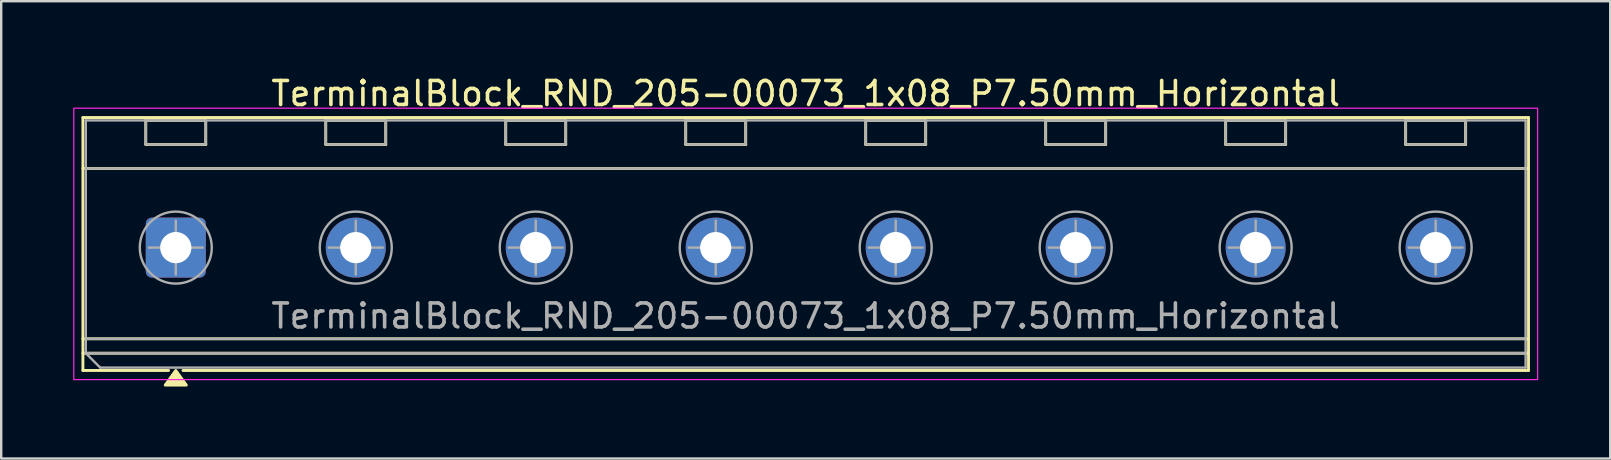
<source format=kicad_pcb>
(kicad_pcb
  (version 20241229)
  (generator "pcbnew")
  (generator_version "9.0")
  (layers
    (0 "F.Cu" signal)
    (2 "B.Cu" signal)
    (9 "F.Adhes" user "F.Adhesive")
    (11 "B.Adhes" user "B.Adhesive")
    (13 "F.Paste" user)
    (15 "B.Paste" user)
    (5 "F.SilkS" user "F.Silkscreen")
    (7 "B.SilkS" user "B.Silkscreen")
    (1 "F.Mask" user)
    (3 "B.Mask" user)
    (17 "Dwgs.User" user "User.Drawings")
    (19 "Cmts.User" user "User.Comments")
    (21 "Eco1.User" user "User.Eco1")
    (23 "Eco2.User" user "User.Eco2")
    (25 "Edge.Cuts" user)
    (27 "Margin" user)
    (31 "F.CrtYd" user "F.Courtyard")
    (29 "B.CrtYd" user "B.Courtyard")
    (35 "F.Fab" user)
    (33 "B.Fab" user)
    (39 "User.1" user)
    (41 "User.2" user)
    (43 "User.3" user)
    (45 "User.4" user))
  (footprint "TerminalBlock_RND_205-00073_1x08_P7.50mm_Horizontal"
    (layer "F.Cu")
    (at 4.275 7.268)
    (property "Reference" "TerminalBlock_RND_205-00073_1x08_P7.50mm_Horizontal" (at 26.25 -6.42 0) (layer "F.SilkS") (effects (font (size 1 1) (thickness 0.15))))
    (attr through_hole)
    (fp_line (start -3.87 -5.42) (end 56.37 -5.42) (stroke (width 0.12) (type solid)) (layer "F.SilkS"))
    (fp_line (start -3.87 -3.3) (end 56.37 -3.3) (stroke (width 0.12) (type solid)) (layer "F.SilkS"))
    (fp_line (start -3.87 3.8) (end 56.37 3.8) (stroke (width 0.12) (type solid)) (layer "F.SilkS"))
    (fp_line (start -3.87 4.4) (end 56.37 4.4) (stroke (width 0.12) (type solid)) (layer "F.SilkS"))
    (fp_line (start -3.87 5.12) (end -3.87 -5.42) (stroke (width 0.12) (type solid)) (layer "F.SilkS"))
    (fp_line (start -1.25 -5.3) (end 1.25 -5.3) (stroke (width 0.12) (type solid)) (layer "F.SilkS"))
    (fp_line (start -1.25 -4.3) (end -1.25 -5.3) (stroke (width 0.12) (type solid)) (layer "F.SilkS"))
    (fp_line (start -0.3 5.12) (end -3.87 5.12) (stroke (width 0.12) (type solid)) (layer "F.SilkS"))
    (fp_line (start 1.25 -5.3) (end 1.25 -4.3) (stroke (width 0.12) (type solid)) (layer "F.SilkS"))
    (fp_line (start 1.25 -4.3) (end -1.25 -4.3) (stroke (width 0.12) (type solid)) (layer "F.SilkS"))
    (fp_line (start 6.25 -5.3) (end 8.75 -5.3) (stroke (width 0.12) (type solid)) (layer "F.SilkS"))
    (fp_line (start 6.25 -4.3) (end 6.25 -5.3) (stroke (width 0.12) (type solid)) (layer "F.SilkS"))
    (fp_line (start 8.75 -5.3) (end 8.75 -4.3) (stroke (width 0.12) (type solid)) (layer "F.SilkS"))
    (fp_line (start 8.75 -4.3) (end 6.25 -4.3) (stroke (width 0.12) (type solid)) (layer "F.SilkS"))
    (fp_line (start 13.75 -5.3) (end 16.25 -5.3) (stroke (width 0.12) (type solid)) (layer "F.SilkS"))
    (fp_line (start 13.75 -4.3) (end 13.75 -5.3) (stroke (width 0.12) (type solid)) (layer "F.SilkS"))
    (fp_line (start 16.25 -5.3) (end 16.25 -4.3) (stroke (width 0.12) (type solid)) (layer "F.SilkS"))
    (fp_line (start 16.25 -4.3) (end 13.75 -4.3) (stroke (width 0.12) (type solid)) (layer "F.SilkS"))
    (fp_line (start 21.25 -5.3) (end 23.75 -5.3) (stroke (width 0.12) (type solid)) (layer "F.SilkS"))
    (fp_line (start 21.25 -4.3) (end 21.25 -5.3) (stroke (width 0.12) (type solid)) (layer "F.SilkS"))
    (fp_line (start 23.75 -5.3) (end 23.75 -4.3) (stroke (width 0.12) (type solid)) (layer "F.SilkS"))
    (fp_line (start 23.75 -4.3) (end 21.25 -4.3) (stroke (width 0.12) (type solid)) (layer "F.SilkS"))
    (fp_line (start 28.75 -5.3) (end 31.25 -5.3) (stroke (width 0.12) (type solid)) (layer "F.SilkS"))
    (fp_line (start 28.75 -4.3) (end 28.75 -5.3) (stroke (width 0.12) (type solid)) (layer "F.SilkS"))
    (fp_line (start 31.25 -5.3) (end 31.25 -4.3) (stroke (width 0.12) (type solid)) (layer "F.SilkS"))
    (fp_line (start 31.25 -4.3) (end 28.75 -4.3) (stroke (width 0.12) (type solid)) (layer "F.SilkS"))
    (fp_line (start 36.25 -5.3) (end 38.75 -5.3) (stroke (width 0.12) (type solid)) (layer "F.SilkS"))
    (fp_line (start 36.25 -4.3) (end 36.25 -5.3) (stroke (width 0.12) (type solid)) (layer "F.SilkS"))
    (fp_line (start 38.75 -5.3) (end 38.75 -4.3) (stroke (width 0.12) (type solid)) (layer "F.SilkS"))
    (fp_line (start 38.75 -4.3) (end 36.25 -4.3) (stroke (width 0.12) (type solid)) (layer "F.SilkS"))
    (fp_line (start 43.75 -5.3) (end 46.25 -5.3) (stroke (width 0.12) (type solid)) (layer "F.SilkS"))
    (fp_line (start 43.75 -4.3) (end 43.75 -5.3) (stroke (width 0.12) (type solid)) (layer "F.SilkS"))
    (fp_line (start 46.25 -5.3) (end 46.25 -4.3) (stroke (width 0.12) (type solid)) (layer "F.SilkS"))
    (fp_line (start 46.25 -4.3) (end 43.75 -4.3) (stroke (width 0.12) (type solid)) (layer "F.SilkS"))
    (fp_line (start 51.25 -5.3) (end 53.75 -5.3) (stroke (width 0.12) (type solid)) (layer "F.SilkS"))
    (fp_line (start 51.25 -4.3) (end 51.25 -5.3) (stroke (width 0.12) (type solid)) (layer "F.SilkS"))
    (fp_line (start 53.75 -5.3) (end 53.75 -4.3) (stroke (width 0.12) (type solid)) (layer "F.SilkS"))
    (fp_line (start 53.75 -4.3) (end 51.25 -4.3) (stroke (width 0.12) (type solid)) (layer "F.SilkS"))
    (fp_line (start 56.37 -5.42) (end 56.37 5.12) (stroke (width 0.12) (type solid)) (layer "F.SilkS"))
    (fp_line (start 56.37 5.12) (end 0.3 5.12) (stroke (width 0.12) (type solid)) (layer "F.SilkS"))
    (fp_poly (pts (xy 0 5.12) (xy 0.44 5.73) (xy -0.44 5.73)) (stroke (width 0.12) (type solid)) (fill yes) (layer "F.SilkS"))
    (fp_rect (start -4.25 -5.81) (end 56.75 5.5) (stroke (width 0.05) (type solid)) (fill no) (layer "F.CrtYd"))
    (fp_line (start -3.75 -5.3) (end 56.25 -5.3) (stroke (width 0.1) (type solid)) (layer "F.Fab"))
    (fp_line (start -3.75 -3.3) (end 56.25 -3.3) (stroke (width 0.1) (type solid)) (layer "F.Fab"))
    (fp_line (start -3.75 3.8) (end 56.25 3.8) (stroke (width 0.1) (type solid)) (layer "F.Fab"))
    (fp_line (start -3.75 4.4) (end -3.75 -5.3) (stroke (width 0.1) (type solid)) (layer "F.Fab"))
    (fp_line (start -3.75 4.4) (end 56.25 4.4) (stroke (width 0.1) (type solid)) (layer "F.Fab"))
    (fp_line (start -3.15 5) (end -3.75 4.4) (stroke (width 0.1) (type solid)) (layer "F.Fab"))
    (fp_line (start -1.125 0) (end 1.125 0) (stroke (width 0.1) (type solid)) (layer "F.Fab"))
    (fp_line (start 0 -1.125) (end 0 1.125) (stroke (width 0.1) (type solid)) (layer "F.Fab"))
    (fp_line (start 6.375 0) (end 8.625 0) (stroke (width 0.1) (type solid)) (layer "F.Fab"))
    (fp_line (start 7.5 -1.125) (end 7.5 1.125) (stroke (width 0.1) (type solid)) (layer "F.Fab"))
    (fp_line (start 13.875 0) (end 16.125 0) (stroke (width 0.1) (type solid)) (layer "F.Fab"))
    (fp_line (start 15 -1.125) (end 15 1.125) (stroke (width 0.1) (type solid)) (layer "F.Fab"))
    (fp_line (start 21.375 0) (end 23.625 0) (stroke (width 0.1) (type solid)) (layer "F.Fab"))
    (fp_line (start 22.5 -1.125) (end 22.5 1.125) (stroke (width 0.1) (type solid)) (layer "F.Fab"))
    (fp_line (start 28.875 0) (end 31.125 0) (stroke (width 0.1) (type solid)) (layer "F.Fab"))
    (fp_line (start 30 -1.125) (end 30 1.125) (stroke (width 0.1) (type solid)) (layer "F.Fab"))
    (fp_line (start 36.375 0) (end 38.625 0) (stroke (width 0.1) (type solid)) (layer "F.Fab"))
    (fp_line (start 37.5 -1.125) (end 37.5 1.125) (stroke (width 0.1) (type solid)) (layer "F.Fab"))
    (fp_line (start 43.875 0) (end 46.125 0) (stroke (width 0.1) (type solid)) (layer "F.Fab"))
    (fp_line (start 45 -1.125) (end 45 1.125) (stroke (width 0.1) (type solid)) (layer "F.Fab"))
    (fp_line (start 51.375 0) (end 53.625 0) (stroke (width 0.1) (type solid)) (layer "F.Fab"))
    (fp_line (start 52.5 -1.125) (end 52.5 1.125) (stroke (width 0.1) (type solid)) (layer "F.Fab"))
    (fp_line (start 56.25 -5.3) (end 56.25 5) (stroke (width 0.1) (type solid)) (layer "F.Fab"))
    (fp_line (start 56.25 5) (end -3.15 5) (stroke (width 0.1) (type solid)) (layer "F.Fab"))
    (fp_rect (start -1.25 -5.3) (end 1.25 -4.3) (stroke (width 0.1) (type solid)) (fill no) (layer "F.Fab"))
    (fp_rect (start 6.25 -5.3) (end 8.75 -4.3) (stroke (width 0.1) (type solid)) (fill no) (layer "F.Fab"))
    (fp_rect (start 13.75 -5.3) (end 16.25 -4.3) (stroke (width 0.1) (type solid)) (fill no) (layer "F.Fab"))
    (fp_rect (start 21.25 -5.3) (end 23.75 -4.3) (stroke (width 0.1) (type solid)) (fill no) (layer "F.Fab"))
    (fp_rect (start 28.75 -5.3) (end 31.25 -4.3) (stroke (width 0.1) (type solid)) (fill no) (layer "F.Fab"))
    (fp_rect (start 36.25 -5.3) (end 38.75 -4.3) (stroke (width 0.1) (type solid)) (fill no) (layer "F.Fab"))
    (fp_rect (start 43.75 -5.3) (end 46.25 -4.3) (stroke (width 0.1) (type solid)) (fill no) (layer "F.Fab"))
    (fp_rect (start 51.25 -5.3) (end 53.75 -4.3) (stroke (width 0.1) (type solid)) (fill no) (layer "F.Fab"))
    (fp_circle (center 0 0) (end 1.5 0) (stroke (width 0.1) (type solid)) (fill no) (layer "F.Fab"))
    (fp_circle (center 7.5 0) (end 9 0) (stroke (width 0.1) (type solid)) (fill no) (layer "F.Fab"))
    (fp_circle (center 15 0) (end 16.5 0) (stroke (width 0.1) (type solid)) (fill no) (layer "F.Fab"))
    (fp_circle (center 22.5 0) (end 24 0) (stroke (width 0.1) (type solid)) (fill no) (layer "F.Fab"))
    (fp_circle (center 30 0) (end 31.5 0) (stroke (width 0.1) (type solid)) (fill no) (layer "F.Fab"))
    (fp_circle (center 37.5 0) (end 39 0) (stroke (width 0.1) (type solid)) (fill no) (layer "F.Fab"))
    (fp_circle (center 45 0) (end 46.5 0) (stroke (width 0.1) (type solid)) (fill no) (layer "F.Fab"))
    (fp_circle (center 52.5 0) (end 54 0) (stroke (width 0.1) (type solid)) (fill no) (layer "F.Fab"))
    (fp_text user "${REFERENCE}" (at 26.25 2.85 0) (layer "F.Fab") (effects (font (size 1 1) (thickness 0.15))))
    (pad "1" thru_hole roundrect (at 0 0) (size 2.5 2.5) (drill 1.3) (layers "*.Cu" "*.Mask") (roundrect_rratio 0.1))
    (pad "2" thru_hole circle (at 7.5 0) (size 2.5 2.5) (drill 1.3) (layers "*.Cu" "*.Mask"))
    (pad "3" thru_hole circle (at 15 0) (size 2.5 2.5) (drill 1.3) (layers "*.Cu" "*.Mask"))
    (pad "4" thru_hole circle (at 22.5 0) (size 2.5 2.5) (drill 1.3) (layers "*.Cu" "*.Mask"))
    (pad "5" thru_hole circle (at 30 0) (size 2.5 2.5) (drill 1.3) (layers "*.Cu" "*.Mask"))
    (pad "6" thru_hole circle (at 37.5 0) (size 2.5 2.5) (drill 1.3) (layers "*.Cu" "*.Mask"))
    (pad "7" thru_hole circle (at 45 0) (size 2.5 2.5) (drill 1.3) (layers "*.Cu" "*.Mask"))
    (pad "8" thru_hole circle (at 52.5 0) (size 2.5 2.5) (drill 1.3) (layers "*.Cu" "*.Mask")))
  (gr_rect
    (start -3 -3)
    (end 64.05 16.058)
    (stroke (width 0.1) (type default))
    (fill no)
    (layer "Edge.Cuts")))
</source>
